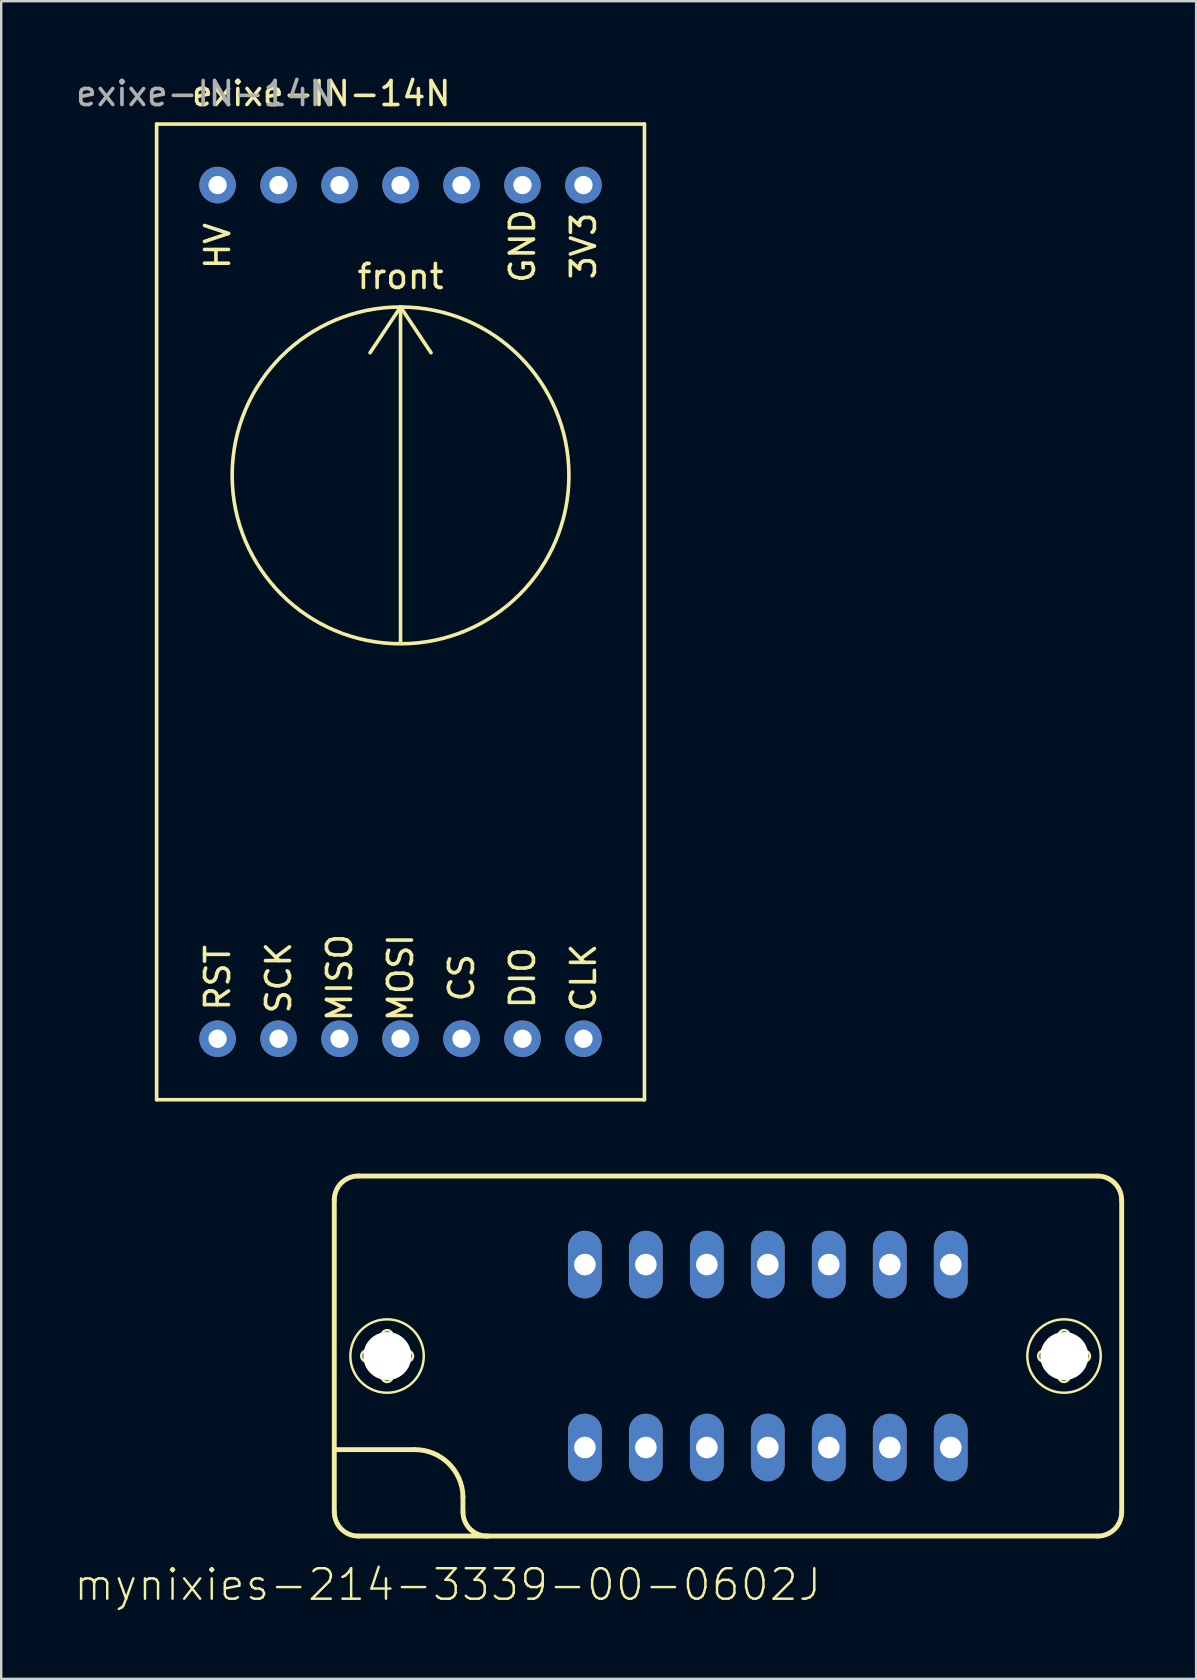
<source format=kicad_pcb>
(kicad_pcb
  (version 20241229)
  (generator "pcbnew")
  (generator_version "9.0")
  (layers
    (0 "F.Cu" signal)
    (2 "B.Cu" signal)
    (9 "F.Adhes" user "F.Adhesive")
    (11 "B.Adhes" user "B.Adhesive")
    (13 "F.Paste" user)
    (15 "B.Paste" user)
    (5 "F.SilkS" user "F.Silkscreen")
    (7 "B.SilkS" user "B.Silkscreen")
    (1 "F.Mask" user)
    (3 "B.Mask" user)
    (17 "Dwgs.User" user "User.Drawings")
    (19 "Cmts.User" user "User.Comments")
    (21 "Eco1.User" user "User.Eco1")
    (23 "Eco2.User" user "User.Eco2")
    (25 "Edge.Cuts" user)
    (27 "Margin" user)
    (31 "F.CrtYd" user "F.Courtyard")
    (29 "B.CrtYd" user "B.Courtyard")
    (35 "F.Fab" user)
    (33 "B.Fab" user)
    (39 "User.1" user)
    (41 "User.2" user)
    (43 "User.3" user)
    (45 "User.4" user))
  (footprint "mynixies-214-3339-00-0602J"
    (layer "F.Cu")
    (at 28.933 53.435)
    (property "Reference" "mynixies-214-3339-00-0602J" (at -13.335 9.525 0) (layer "F.SilkS") (effects (font (size 1.27 1.27) (thickness 0.102))))
    (attr exclude_from_pos_files exclude_from_bom)
    (fp_line (start -18.059 6.5) (end -18.059 -6.5) (stroke (width 0.203) (type solid)) (layer "F.SilkS"))
    (fp_line (start -17.948 3.899) (end -14.699 3.899) (stroke (width 0.203) (type solid)) (layer "F.SilkS"))
    (fp_line (start -17.059 -7.498) (end 13.739 -7.498) (stroke (width 0.203) (type solid)) (layer "F.SilkS"))
    (fp_line (start -16.708 -0.229) (end -16.159 -0.229) (stroke (width 0.102) (type solid)) (layer "F.SilkS"))
    (fp_line (start -16.17 0.229) (end -16.708 0.229) (stroke (width 0.102) (type solid)) (layer "F.SilkS"))
    (fp_line (start -16.088 -0.31) (end -16.088 -0.848) (stroke (width 0.102) (type solid)) (layer "F.SilkS"))
    (fp_line (start -16.088 0.848) (end -16.088 0.3) (stroke (width 0.102) (type solid)) (layer "F.SilkS"))
    (fp_line (start -15.629 -0.848) (end -15.629 -0.3) (stroke (width 0.102) (type solid)) (layer "F.SilkS"))
    (fp_line (start -15.629 0.31) (end -15.629 0.848) (stroke (width 0.102) (type solid)) (layer "F.SilkS"))
    (fp_line (start -15.55 -0.229) (end -15.009 -0.229) (stroke (width 0.102) (type solid)) (layer "F.SilkS"))
    (fp_line (start -15.009 0.229) (end -15.557 0.229) (stroke (width 0.102) (type solid)) (layer "F.SilkS"))
    (fp_line (start -12.7 5.85) (end -12.7 6.5) (stroke (width 0.203) (type solid)) (layer "F.SilkS"))
    (fp_line (start 11.488 -0.229) (end 12.04 -0.229) (stroke (width 0.102) (type solid)) (layer "F.SilkS"))
    (fp_line (start 12.029 0.229) (end 11.488 0.229) (stroke (width 0.102) (type solid)) (layer "F.SilkS"))
    (fp_line (start 12.108 -0.31) (end 12.108 -0.848) (stroke (width 0.102) (type solid)) (layer "F.SilkS"))
    (fp_line (start 12.108 0.848) (end 12.108 0.3) (stroke (width 0.102) (type solid)) (layer "F.SilkS"))
    (fp_line (start 12.568 -0.848) (end 12.568 -0.3) (stroke (width 0.102) (type solid)) (layer "F.SilkS"))
    (fp_line (start 12.568 0.31) (end 12.568 0.848) (stroke (width 0.102) (type solid)) (layer "F.SilkS"))
    (fp_line (start 12.649 -0.229) (end 13.188 -0.229) (stroke (width 0.102) (type solid)) (layer "F.SilkS"))
    (fp_line (start 13.188 0.229) (end 12.639 0.229) (stroke (width 0.102) (type solid)) (layer "F.SilkS"))
    (fp_line (start 13.739 7.498) (end -17.059 7.498) (stroke (width 0.203) (type solid)) (layer "F.SilkS"))
    (fp_line (start 14.74 -6.5) (end 14.74 6.5) (stroke (width 0.203) (type solid)) (layer "F.SilkS"))
    (fp_arc (start -18.0594 -6.49986) (mid -17.766284 -7.207504) (end -17.05864 -7.50062) (stroke (width 0.2032) (type solid)) (layer "F.SilkS"))
    (fp_arc (start -17.05864 7.49808) (mid -17.764488 7.205708) (end -18.05686 6.49986) (stroke (width 0.2032) (type solid)) (layer "F.SilkS"))
    (fp_arc (start -16.93926 0) (mid -16.871561 -0.163441) (end -16.70812 -0.23114) (stroke (width 0.1016) (type solid)) (layer "F.SilkS"))
    (fp_arc (start -16.70812 0.2286) (mid -16.869765 0.161645) (end -16.93672 0) (stroke (width 0.1016) (type solid)) (layer "F.SilkS"))
    (fp_arc (start -16.16964 0.2286) (mid -16.119351 0.249431) (end -16.09852 0.29972) (stroke (width 0.1016) (type solid)) (layer "F.SilkS"))
    (fp_arc (start -16.08836 -0.84836) (mid -16.021405 -1.010005) (end -15.85976 -1.07696) (stroke (width 0.1016) (type solid)) (layer "F.SilkS"))
    (fp_arc (start -16.08836 -0.29972) (mid -16.109191 -0.249431) (end -16.15948 -0.2286) (stroke (width 0.1016) (type solid)) (layer "F.SilkS"))
    (fp_arc (start -15.85976 -1.0795) (mid -15.696319 -1.011801) (end -15.62862 -0.84836) (stroke (width 0.1016) (type solid)) (layer "F.SilkS"))
    (fp_arc (start -15.85976 1.0795) (mid -16.023201 1.011801) (end -16.0909 0.84836) (stroke (width 0.1016) (type solid)) (layer "F.SilkS"))
    (fp_arc (start -15.62862 0.29972) (mid -15.607789 0.249431) (end -15.5575 0.2286) (stroke (width 0.1016) (type solid)) (layer "F.SilkS"))
    (fp_arc (start -15.62862 0.84836) (mid -15.696319 1.011801) (end -15.85976 1.0795) (stroke (width 0.1016) (type solid)) (layer "F.SilkS"))
    (fp_arc (start -15.5575 -0.2286) (mid -15.607789 -0.249431) (end -15.62862 -0.29972) (stroke (width 0.1016) (type solid)) (layer "F.SilkS"))
    (fp_arc (start -15.00886 -0.2286) (mid -14.847215 -0.161645) (end -14.78026 0) (stroke (width 0.1016) (type solid)) (layer "F.SilkS"))
    (fp_arc (start -14.77772 0) (mid -14.845419 0.163441) (end -15.00886 0.23114) (stroke (width 0.1016) (type solid)) (layer "F.SilkS"))
    (fp_arc (start -14.69898 3.8989) (mid -13.302339 4.466727) (end -12.698146 5.848026) (stroke (width 0.2032) (type solid)) (layer "F.SilkS"))
    (fp_arc (start -11.64844 7.49808) (mid -12.38567 7.223802) (end -12.696085 6.501044) (stroke (width 0.2032) (type solid)) (layer "F.SilkS"))
    (fp_arc (start 11.25982 0) (mid 11.326775 -0.161645) (end 11.48842 -0.2286) (stroke (width 0.1016) (type solid)) (layer "F.SilkS"))
    (fp_arc (start 11.48842 0.2286) (mid 11.326775 0.161645) (end 11.25982 0) (stroke (width 0.1016) (type solid)) (layer "F.SilkS"))
    (fp_arc (start 12.02944 0.2286) (mid 12.079729 0.249431) (end 12.10056 0.29972) (stroke (width 0.1016) (type solid)) (layer "F.SilkS"))
    (fp_arc (start 12.10818 -0.84836) (mid 12.175879 -1.011801) (end 12.33932 -1.0795) (stroke (width 0.1016) (type solid)) (layer "F.SilkS"))
    (fp_arc (start 12.10818 -0.29972) (mid 12.088093 -0.251227) (end 12.0396 -0.23114) (stroke (width 0.1016) (type solid)) (layer "F.SilkS"))
    (fp_arc (start 12.33932 -1.0795) (mid 12.502761 -1.011801) (end 12.57046 -0.84836) (stroke (width 0.1016) (type solid)) (layer "F.SilkS"))
    (fp_arc (start 12.33932 1.0795) (mid 12.175879 1.011801) (end 12.10818 0.84836) (stroke (width 0.1016) (type solid)) (layer "F.SilkS"))
    (fp_arc (start 12.56792 0.29972) (mid 12.588751 0.249431) (end 12.63904 0.2286) (stroke (width 0.1016) (type solid)) (layer "F.SilkS"))
    (fp_arc (start 12.56792 0.84836) (mid 12.500965 1.010005) (end 12.33932 1.07696) (stroke (width 0.1016) (type solid)) (layer "F.SilkS"))
    (fp_arc (start 12.63904 -0.2286) (mid 12.588751 -0.249431) (end 12.56792 -0.29972) (stroke (width 0.1016) (type solid)) (layer "F.SilkS"))
    (fp_arc (start 13.18768 -0.2286) (mid 13.349325 -0.161645) (end 13.41628 0) (stroke (width 0.1016) (type solid)) (layer "F.SilkS"))
    (fp_arc (start 13.41882 0) (mid 13.351121 0.163441) (end 13.18768 0.23114) (stroke (width 0.1016) (type solid)) (layer "F.SilkS"))
    (fp_arc (start 13.73886 -7.49808) (mid 14.444708 -7.205708) (end 14.73708 -6.49986) (stroke (width 0.2032) (type solid)) (layer "F.SilkS"))
    (fp_arc (start 14.73962 6.49986) (mid 14.446504 7.207504) (end 13.73886 7.50062) (stroke (width 0.2032) (type solid)) (layer "F.SilkS"))
    (fp_circle (center -15.86 0) (end -15.86 -1.529) (stroke (width 0.102) (type solid)) (fill no) (layer "F.SilkS"))
    (fp_circle (center 12.339 0) (end 12.339 -1.529) (stroke (width 0.102) (type solid)) (fill no) (layer "F.SilkS"))
    (pad "" np_thru_hole circle (at -15.85 0) (size 1.999 1.999) (drill 1.999) (layers "*.Cu" "*.Mask"))
    (pad "" np_thru_hole circle (at 12.349 0) (size 1.999 1.999) (drill 1.999) (layers "*.Cu" "*.Mask"))
    (pad "1" thru_hole oval (at -7.62 3.81 180) (size 1.407 2.814) (drill 0.899) (layers "*.Cu" "*.Mask"))
    (pad "2" thru_hole oval (at -5.08 3.81 180) (size 1.407 2.814) (drill 0.899) (layers "*.Cu" "*.Mask"))
    (pad "3" thru_hole oval (at -2.54 3.81 180) (size 1.407 2.814) (drill 0.899) (layers "*.Cu" "*.Mask"))
    (pad "4" thru_hole oval (at 0 3.81 180) (size 1.407 2.814) (drill 0.899) (layers "*.Cu" "*.Mask"))
    (pad "5" thru_hole oval (at 2.54 3.81 180) (size 1.407 2.814) (drill 0.899) (layers "*.Cu" "*.Mask"))
    (pad "6" thru_hole oval (at 5.08 3.81 180) (size 1.407 2.814) (drill 0.899) (layers "*.Cu" "*.Mask"))
    (pad "7" thru_hole oval (at 7.62 3.81 180) (size 1.407 2.814) (drill 0.899) (layers "*.Cu" "*.Mask"))
    (pad "8" thru_hole oval (at 7.62 -3.81 180) (size 1.407 2.814) (drill 0.899) (layers "*.Cu" "*.Mask"))
    (pad "9" thru_hole oval (at 5.08 -3.81 180) (size 1.407 2.814) (drill 0.899) (layers "*.Cu" "*.Mask"))
    (pad "10" thru_hole oval (at 2.54 -3.81 180) (size 1.407 2.814) (drill 0.899) (layers "*.Cu" "*.Mask"))
    (pad "11" thru_hole oval (at 0 -3.81 180) (size 1.407 2.814) (drill 0.899) (layers "*.Cu" "*.Mask"))
    (pad "12" thru_hole oval (at -2.54 -3.81 180) (size 1.407 2.814) (drill 0.899) (layers "*.Cu" "*.Mask"))
    (pad "13" thru_hole oval (at -5.08 -3.81 180) (size 1.407 2.814) (drill 0.899) (layers "*.Cu" "*.Mask"))
    (pad "14" thru_hole oval (at -7.62 -3.81 180) (size 1.407 2.814) (drill 0.899) (layers "*.Cu" "*.Mask")))
  (footprint "exixe-IN-14N"
    (layer "F.Cu")
    (at 13.634 22.438)
    (property "Reference" "exixe-IN-14N" (at -3.302 -21.59 0) (unlocked yes) (layer "F.SilkS") (effects (font (size 1 1) (thickness 0.15))))
    (attr through_hole)
    (fp_line (start -10.16 -20.32) (end 10.16 -20.32) (stroke (width 0.15) (type solid)) (layer "F.SilkS"))
    (fp_line (start -10.16 20.32) (end -10.16 -20.32) (stroke (width 0.15) (type solid)) (layer "F.SilkS"))
    (fp_line (start 0 -12.7) (end -1.27 -10.795) (stroke (width 0.15) (type solid)) (layer "F.SilkS"))
    (fp_line (start 0 -12.7) (end 0 1.27) (stroke (width 0.15) (type solid)) (layer "F.SilkS"))
    (fp_line (start 0 -12.7) (end 1.27 -10.795) (stroke (width 0.15) (type solid)) (layer "F.SilkS"))
    (fp_line (start 10.16 -20.32) (end 10.16 20.32) (stroke (width 0.15) (type solid)) (layer "F.SilkS"))
    (fp_line (start 10.16 20.32) (end -10.16 20.32) (stroke (width 0.15) (type solid)) (layer "F.SilkS"))
    (fp_circle (center 0 -5.686) (end 0.635 -12.671) (stroke (width 0.15) (type solid)) (fill no) (layer "F.SilkS"))
    (fp_text user "DIO" (at 5.08 15.24 90) (layer "F.SilkS") (effects (font (size 1 1) (thickness 0.15))))
    (fp_text user "CLK" (at 7.62 15.24 90) (layer "F.SilkS") (effects (font (size 1 1) (thickness 0.15))))
    (fp_text user "HV" (at -7.62 -15.24 90) (layer "F.SilkS") (effects (font (size 1 1) (thickness 0.15))))
    (fp_text user "front" (at 0 -13.97 0) (layer "F.SilkS") (effects (font (size 1 1) (thickness 0.15))))
    (fp_text user "SCK" (at -5.08 15.24 90) (layer "F.SilkS") (effects (font (size 1 1) (thickness 0.15))))
    (fp_text user "GND" (at 5.08 -15.24 90) (layer "F.SilkS") (effects (font (size 1 1) (thickness 0.15))))
    (fp_text user "MISO" (at -2.54 15.24 90) (layer "F.SilkS") (effects (font (size 1 1) (thickness 0.15))))
    (fp_text user "CS" (at 2.54 15.24 90) (layer "F.SilkS") (effects (font (size 1 1) (thickness 0.15))))
    (fp_text user "RST" (at -7.62 15.24 90) (layer "F.SilkS") (effects (font (size 1 1) (thickness 0.15))))
    (fp_text user "3V3" (at 7.62 -15.24 90) (layer "F.SilkS") (effects (font (size 1 1) (thickness 0.15))))
    (fp_text user "MOSI" (at 0 15.24 90) (layer "F.SilkS") (effects (font (size 1 1) (thickness 0.15))))
    (fp_text user "${REFERENCE}" (at -8.128 -21.59 0) (unlocked yes) (layer "F.Fab") (effects (font (size 1 1) (thickness 0.15))))
    (pad "1" thru_hole circle (at -7.62 17.78) (size 1.524 1.524) (drill 0.762) (layers "*.Cu" "*.Mask"))
    (pad "2" thru_hole circle (at -5.08 17.78) (size 1.524 1.524) (drill 0.762) (layers "*.Cu" "*.Mask"))
    (pad "3" thru_hole circle (at -2.54 17.78) (size 1.524 1.524) (drill 0.762) (layers "*.Cu" "*.Mask"))
    (pad "4" thru_hole circle (at 0 17.78) (size 1.524 1.524) (drill 0.762) (layers "*.Cu" "*.Mask"))
    (pad "5" thru_hole circle (at 2.54 17.78) (size 1.524 1.524) (drill 0.762) (layers "*.Cu" "*.Mask"))
    (pad "6" thru_hole circle (at 5.08 17.78) (size 1.524 1.524) (drill 0.762) (layers "*.Cu" "*.Mask"))
    (pad "7" thru_hole circle (at 7.62 17.78) (size 1.524 1.524) (drill 0.762) (layers "*.Cu" "*.Mask"))
    (pad "8" thru_hole circle (at 7.62 -17.78) (size 1.524 1.524) (drill 0.762) (layers "*.Cu" "*.Mask"))
    (pad "9" thru_hole circle (at 5.08 -17.78) (size 1.524 1.524) (drill 0.762) (layers "*.Cu" "*.Mask"))
    (pad "10" thru_hole circle (at -7.62 -17.78) (size 1.524 1.524) (drill 0.762) (layers "*.Cu" "*.Mask"))
    (pad "~" thru_hole circle (at -5.08 -17.78) (size 1.524 1.524) (drill 0.762) (layers "*.Cu" "*.Mask"))
    (pad "~" thru_hole circle (at -2.54 -17.78) (size 1.524 1.524) (drill 0.762) (layers "*.Cu" "*.Mask"))
    (pad "~" thru_hole circle (at 0 -17.78) (size 1.524 1.524) (drill 0.762) (layers "*.Cu" "*.Mask"))
    (pad "~" thru_hole circle (at 2.54 -17.78) (size 1.524 1.524) (drill 0.762) (layers "*.Cu" "*.Mask")))
  (gr_rect
    (start -3 -3)
    (end 46.774 66.882)
    (stroke (width 0.1) (type default))
    (fill no)
    (layer "Edge.Cuts")))
</source>
